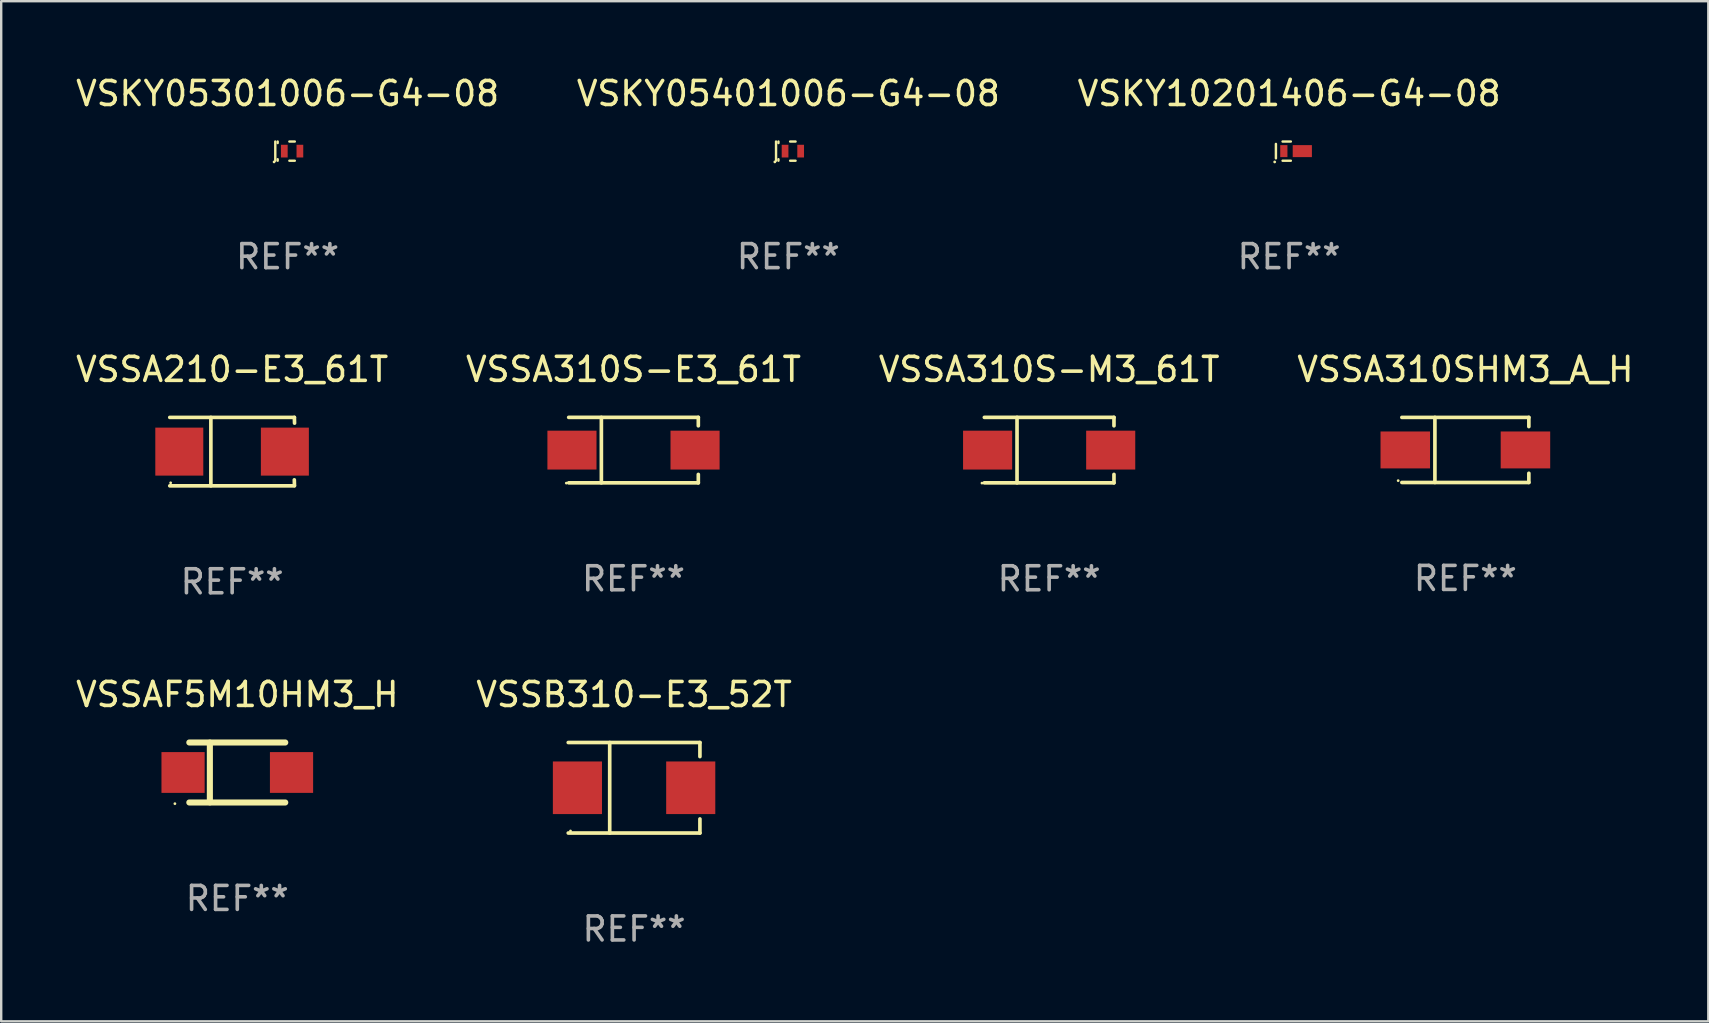
<source format=kicad_pcb>
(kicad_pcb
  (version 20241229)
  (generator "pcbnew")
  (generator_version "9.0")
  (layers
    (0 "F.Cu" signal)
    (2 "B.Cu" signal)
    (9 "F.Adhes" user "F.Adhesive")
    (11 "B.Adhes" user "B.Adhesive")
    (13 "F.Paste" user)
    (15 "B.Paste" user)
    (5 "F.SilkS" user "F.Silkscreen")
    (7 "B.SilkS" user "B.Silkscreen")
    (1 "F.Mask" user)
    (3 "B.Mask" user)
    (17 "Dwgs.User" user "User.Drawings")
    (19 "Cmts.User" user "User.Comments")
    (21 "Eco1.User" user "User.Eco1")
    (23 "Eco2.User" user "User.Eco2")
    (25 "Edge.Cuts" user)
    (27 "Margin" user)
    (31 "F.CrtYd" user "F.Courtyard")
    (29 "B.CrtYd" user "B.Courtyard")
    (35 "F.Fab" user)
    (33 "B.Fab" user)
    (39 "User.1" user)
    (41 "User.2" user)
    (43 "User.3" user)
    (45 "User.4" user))
  (footprint "VSSA310S-M3_61T"
    (layer "F.Cu")
    (at 40.673 15.708)
    (property "Reference" "VSSA310S-M3_61T" (at 0 -3.364 0) (layer "F.SilkS") (effects (font (size 1 1) (thickness 0.15))))
    (attr through_hole)
    (fp_line (start -2.701 -1.364) (end 2.701 -1.364) (stroke (width 0.152) (type solid)) (layer "F.SilkS"))
    (fp_line (start -2.701 1.364) (end 2.701 1.364) (stroke (width 0.152) (type solid)) (layer "F.SilkS"))
    (fp_line (start -1.339 -1.364) (end -1.339 1.364) (stroke (width 0.152) (type solid)) (layer "F.SilkS"))
    (fp_line (start 2.701 -1.364) (end 2.701 -1.013) (stroke (width 0.152) (type solid)) (layer "F.SilkS"))
    (fp_line (start 2.701 1.364) (end 2.701 1.013) (stroke (width 0.152) (type solid)) (layer "F.SilkS"))
    (fp_circle (center -2.8 1.375) (end -2.77 1.375) (stroke (width 0.06) (type solid)) (fill no) (layer "F.SilkS"))
    (fp_text user "REF**" (at 0 5.364 0) (layer "F.Fab") (effects (font (size 1 1) (thickness 0.15))))
    (pad "1" smd rect (at -2.565 -0.000025) (size 2.046 1.62) (layers "F.Cu" "F.Mask" "F.Paste"))
    (pad "2" smd rect (at 2.565 -0.000025) (size 2.046 1.62) (layers "F.Cu" "F.Mask" "F.Paste")))
  (footprint "VSKY05301006-G4-08"
    (layer "F.Cu")
    (at 8.935 3.248)
    (property "Reference" "VSKY05301006-G4-08" (at 0 -2.4 0) (layer "F.SilkS") (effects (font (size 1 1) (thickness 0.15))))
    (attr through_hole)
    (fp_line (start -0.513 -0.4) (end -0.513 0.4) (stroke (width 0.1) (type solid)) (layer "F.SilkS"))
    (fp_line (start -0.413 -0.4) (end -0.413 -0.337) (stroke (width 0.1) (type solid)) (layer "F.SilkS"))
    (fp_line (start -0.413 0.337) (end -0.413 0.4) (stroke (width 0.1) (type solid)) (layer "F.SilkS"))
    (fp_line (start 0.074 0.4) (end 0.301 0.4) (stroke (width 0.1) (type solid)) (layer "F.SilkS"))
    (fp_line (start 0.301 -0.4) (end 0.074 -0.4) (stroke (width 0.1) (type solid)) (layer "F.SilkS"))
    (fp_circle (center -0.563 0.45) (end -0.533 0.45) (stroke (width 0.06) (type solid)) (fill no) (layer "F.SilkS"))
    (fp_text user "REF**" (at 0 4.4 0) (layer "F.Fab") (effects (font (size 1 1) (thickness 0.15))))
    (pad "1" smd rect (at -0.137 0 90) (size 0.53 0.28) (layers "F.Cu" "F.Mask" "F.Paste"))
    (pad "2" smd rect (at 0.513 0 90) (size 0.53 0.28) (layers "F.Cu" "F.Mask" "F.Paste")))
  (footprint "VSSA310SHM3_A_H"
    (layer "F.Cu")
    (at 58.018 15.701)
    (property "Reference" "VSSA310SHM3_A_H" (at 0 -3.356 0) (layer "F.SilkS") (effects (font (size 1 1) (thickness 0.15))))
    (attr through_hole)
    (fp_line (start -2.646 -1.356) (end 2.646 -1.356) (stroke (width 0.152) (type solid)) (layer "F.SilkS"))
    (fp_line (start -2.646 1.356) (end 2.646 1.356) (stroke (width 0.152) (type solid)) (layer "F.SilkS"))
    (fp_line (start -1.269 -1.356) (end -1.269 1.356) (stroke (width 0.152) (type solid)) (layer "F.SilkS"))
    (fp_line (start 2.646 -1.356) (end 2.646 -0.973) (stroke (width 0.152) (type solid)) (layer "F.SilkS"))
    (fp_line (start 2.646 1.356) (end 2.646 0.973) (stroke (width 0.152) (type solid)) (layer "F.SilkS"))
    (fp_circle (center -2.8 1.28) (end -2.77 1.28) (stroke (width 0.06) (type solid)) (fill no) (layer "F.SilkS"))
    (fp_text user "REF**" (at 0 5.356 0) (layer "F.Fab") (effects (font (size 1 1) (thickness 0.15))))
    (pad "1" smd rect (at 2.504 0) (size 2.063 1.539) (layers "F.Cu" "F.Mask" "F.Paste"))
    (pad "2" smd rect (at -2.504 0) (size 2.063 1.539) (layers "F.Cu" "F.Mask" "F.Paste")))
  (footprint "VSKY10201406-G4-08"
    (layer "F.Cu")
    (at 50.673 3.248)
    (property "Reference" "VSKY10201406-G4-08" (at 0 -2.4 0) (layer "F.SilkS") (effects (font (size 1 1) (thickness 0.15))))
    (attr through_hole)
    (fp_line (start -0.55 -0.3) (end -0.55 0.3) (stroke (width 0.102) (type solid)) (layer "F.SilkS"))
    (fp_line (start -0.271 -0.4) (end 0.071 -0.4) (stroke (width 0.102) (type solid)) (layer "F.SilkS"))
    (fp_line (start -0.271 0.4) (end 0.071 0.4) (stroke (width 0.102) (type solid)) (layer "F.SilkS"))
    (fp_circle (center -0.601 0.451) (end -0.571 0.451) (stroke (width 0.06) (type solid)) (fill no) (layer "F.SilkS"))
    (fp_text user "REF**" (at 0 4.4 0) (layer "F.Fab") (effects (font (size 1 1) (thickness 0.15))))
    (pad "1" smd rect (at -0.22 0) (size 0.3 0.5) (layers "F.Cu" "F.Mask" "F.Paste"))
    (pad "2" smd rect (at 0.55 0) (size 0.8 0.5) (layers "F.Cu" "F.Mask" "F.Paste")))
  (footprint "VSSA310S-E3_61T"
    (layer "F.Cu")
    (at 23.351 15.708)
    (property "Reference" "VSSA310S-E3_61T" (at 0 -3.364 0) (layer "F.SilkS") (effects (font (size 1 1) (thickness 0.15))))
    (attr through_hole)
    (fp_line (start -2.701 -1.364) (end 2.701 -1.364) (stroke (width 0.152) (type solid)) (layer "F.SilkS"))
    (fp_line (start -2.701 1.364) (end 2.701 1.364) (stroke (width 0.152) (type solid)) (layer "F.SilkS"))
    (fp_line (start -1.339 -1.364) (end -1.339 1.364) (stroke (width 0.152) (type solid)) (layer "F.SilkS"))
    (fp_line (start 2.701 -1.364) (end 2.701 -1.013) (stroke (width 0.152) (type solid)) (layer "F.SilkS"))
    (fp_line (start 2.701 1.364) (end 2.701 1.013) (stroke (width 0.152) (type solid)) (layer "F.SilkS"))
    (fp_circle (center -2.8 1.375) (end -2.77 1.375) (stroke (width 0.06) (type solid)) (fill no) (layer "F.SilkS"))
    (fp_text user "REF**" (at 0 5.364 0) (layer "F.Fab") (effects (font (size 1 1) (thickness 0.15))))
    (pad "1" smd rect (at -2.565 -0.000025) (size 2.046 1.62) (layers "F.Cu" "F.Mask" "F.Paste"))
    (pad "2" smd rect (at 2.565 -0.000025) (size 2.046 1.62) (layers "F.Cu" "F.Mask" "F.Paste")))
  (footprint "VSSA210-E3_61T"
    (layer "F.Cu")
    (at 6.625 15.771)
    (property "Reference" "VSSA210-E3_61T" (at 0 -3.426 0) (layer "F.SilkS") (effects (font (size 1 1) (thickness 0.15))))
    (attr through_hole)
    (fp_line (start -2.6 -1.426) (end 2.593 -1.426) (stroke (width 0.152) (type solid)) (layer "F.SilkS"))
    (fp_line (start -2.6 1.426) (end 2.593 1.426) (stroke (width 0.152) (type solid)) (layer "F.SilkS"))
    (fp_line (start -0.887 -1.426) (end -0.887 1.426) (stroke (width 0.152) (type solid)) (layer "F.SilkS"))
    (fp_line (start 2.59 1.176) (end 2.597 1.415) (stroke (width 0.152) (type solid)) (layer "F.SilkS"))
    (fp_line (start 2.593 -1.426) (end 2.6 -1.187) (stroke (width 0.152) (type solid)) (layer "F.SilkS"))
    (fp_circle (center -2.563 1.3) (end -2.533 1.3) (stroke (width 0.06) (type solid)) (fill no) (layer "F.SilkS"))
    (fp_text user "REF**" (at 0 5.426 0) (layer "F.Fab") (effects (font (size 1 1) (thickness 0.15))))
    (pad "1" smd rect (at -2.203 -0.000025 180) (size 2 2) (layers "F.Cu" "F.Mask" "F.Paste"))
    (pad "2" smd rect (at 2.197 -0.000025 180) (size 2 2) (layers "F.Cu" "F.Mask" "F.Paste")))
  (footprint "VSSAF5M10HM3_H"
    (layer "F.Cu")
    (at 6.839 29.143)
    (property "Reference" "VSSAF5M10HM3_H" (at 0 -3.25 0) (layer "F.SilkS") (effects (font (size 1 1) (thickness 0.15))))
    (attr through_hole)
    (fp_line (start -1.999 -1.25) (end 1.999 -1.25) (stroke (width 0.254) (type solid)) (layer "F.SilkS"))
    (fp_line (start -1.143 -1.245) (end -1.143 1.245) (stroke (width 0.254) (type solid)) (layer "F.SilkS"))
    (fp_line (start 1.999 1.25) (end -1.999 1.25) (stroke (width 0.254) (type solid)) (layer "F.SilkS"))
    (fp_circle (center -2.6 1.3) (end -2.57 1.3) (stroke (width 0.06) (type solid)) (fill no) (layer "F.SilkS"))
    (fp_text user "REF**" (at 0 5.25 0) (layer "F.Fab") (effects (font (size 1 1) (thickness 0.15))))
    (pad "1" smd rect (at -2.26 0) (size 1.8 1.7) (layers "F.Cu" "F.Mask" "F.Paste"))
    (pad "2" smd rect (at 2.26 0) (size 1.8 1.7) (layers "F.Cu" "F.Mask" "F.Paste")))
  (footprint "VSKY05401006-G4-08"
    (layer "F.Cu")
    (at 29.804 3.248)
    (property "Reference" "VSKY05401006-G4-08" (at 0 -2.4 0) (layer "F.SilkS") (effects (font (size 1 1) (thickness 0.15))))
    (attr through_hole)
    (fp_line (start -0.513 -0.4) (end -0.513 0.4) (stroke (width 0.1) (type solid)) (layer "F.SilkS"))
    (fp_line (start -0.413 -0.4) (end -0.413 -0.337) (stroke (width 0.1) (type solid)) (layer "F.SilkS"))
    (fp_line (start -0.413 0.337) (end -0.413 0.4) (stroke (width 0.1) (type solid)) (layer "F.SilkS"))
    (fp_line (start 0.074 0.4) (end 0.301 0.4) (stroke (width 0.1) (type solid)) (layer "F.SilkS"))
    (fp_line (start 0.301 -0.4) (end 0.074 -0.4) (stroke (width 0.1) (type solid)) (layer "F.SilkS"))
    (fp_circle (center -0.563 0.45) (end -0.533 0.45) (stroke (width 0.06) (type solid)) (fill no) (layer "F.SilkS"))
    (fp_text user "REF**" (at 0 4.4 0) (layer "F.Fab") (effects (font (size 1 1) (thickness 0.15))))
    (pad "1" smd rect (at -0.137 0 90) (size 0.53 0.28) (layers "F.Cu" "F.Mask" "F.Paste"))
    (pad "2" smd rect (at 0.513 0 90) (size 0.53 0.28) (layers "F.Cu" "F.Mask" "F.Paste")))
  (footprint "VSSB310-E3_52T"
    (layer "F.Cu")
    (at 23.375 29.78)
    (property "Reference" "VSSB310-E3_52T" (at 0 -3.886 0) (layer "F.SilkS") (effects (font (size 1 1) (thickness 0.15))))
    (attr through_hole)
    (fp_line (start -2.744 -1.886) (end 2.744 -1.886) (stroke (width 0.152) (type solid)) (layer "F.SilkS"))
    (fp_line (start -2.744 1.886) (end 2.744 1.886) (stroke (width 0.152) (type solid)) (layer "F.SilkS"))
    (fp_line (start -1.016 -1.886) (end -1.016 1.886) (stroke (width 0.152) (type solid)) (layer "F.SilkS"))
    (fp_line (start 2.744 -1.886) (end 2.744 -1.299) (stroke (width 0.152) (type solid)) (layer "F.SilkS"))
    (fp_line (start 2.744 1.886) (end 2.744 1.299) (stroke (width 0.152) (type solid)) (layer "F.SilkS"))
    (fp_circle (center -2.65 1.8) (end -2.62 1.8) (stroke (width 0.06) (type solid)) (fill no) (layer "F.SilkS"))
    (fp_text user "REF**" (at 0 5.886 0) (layer "F.Fab") (effects (font (size 1 1) (thickness 0.15))))
    (pad "1" smd rect (at -2.361 0) (size 2.047 2.192) (layers "F.Cu" "F.Mask" "F.Paste"))
    (pad "2" smd rect (at 2.361 0) (size 2.047 2.192) (layers "F.Cu" "F.Mask" "F.Paste")))
  (gr_rect
    (start -3 -3)
    (end 68.143 39.514)
    (stroke (width 0.1) (type default))
    (fill no)
    (layer "Edge.Cuts")))
</source>
